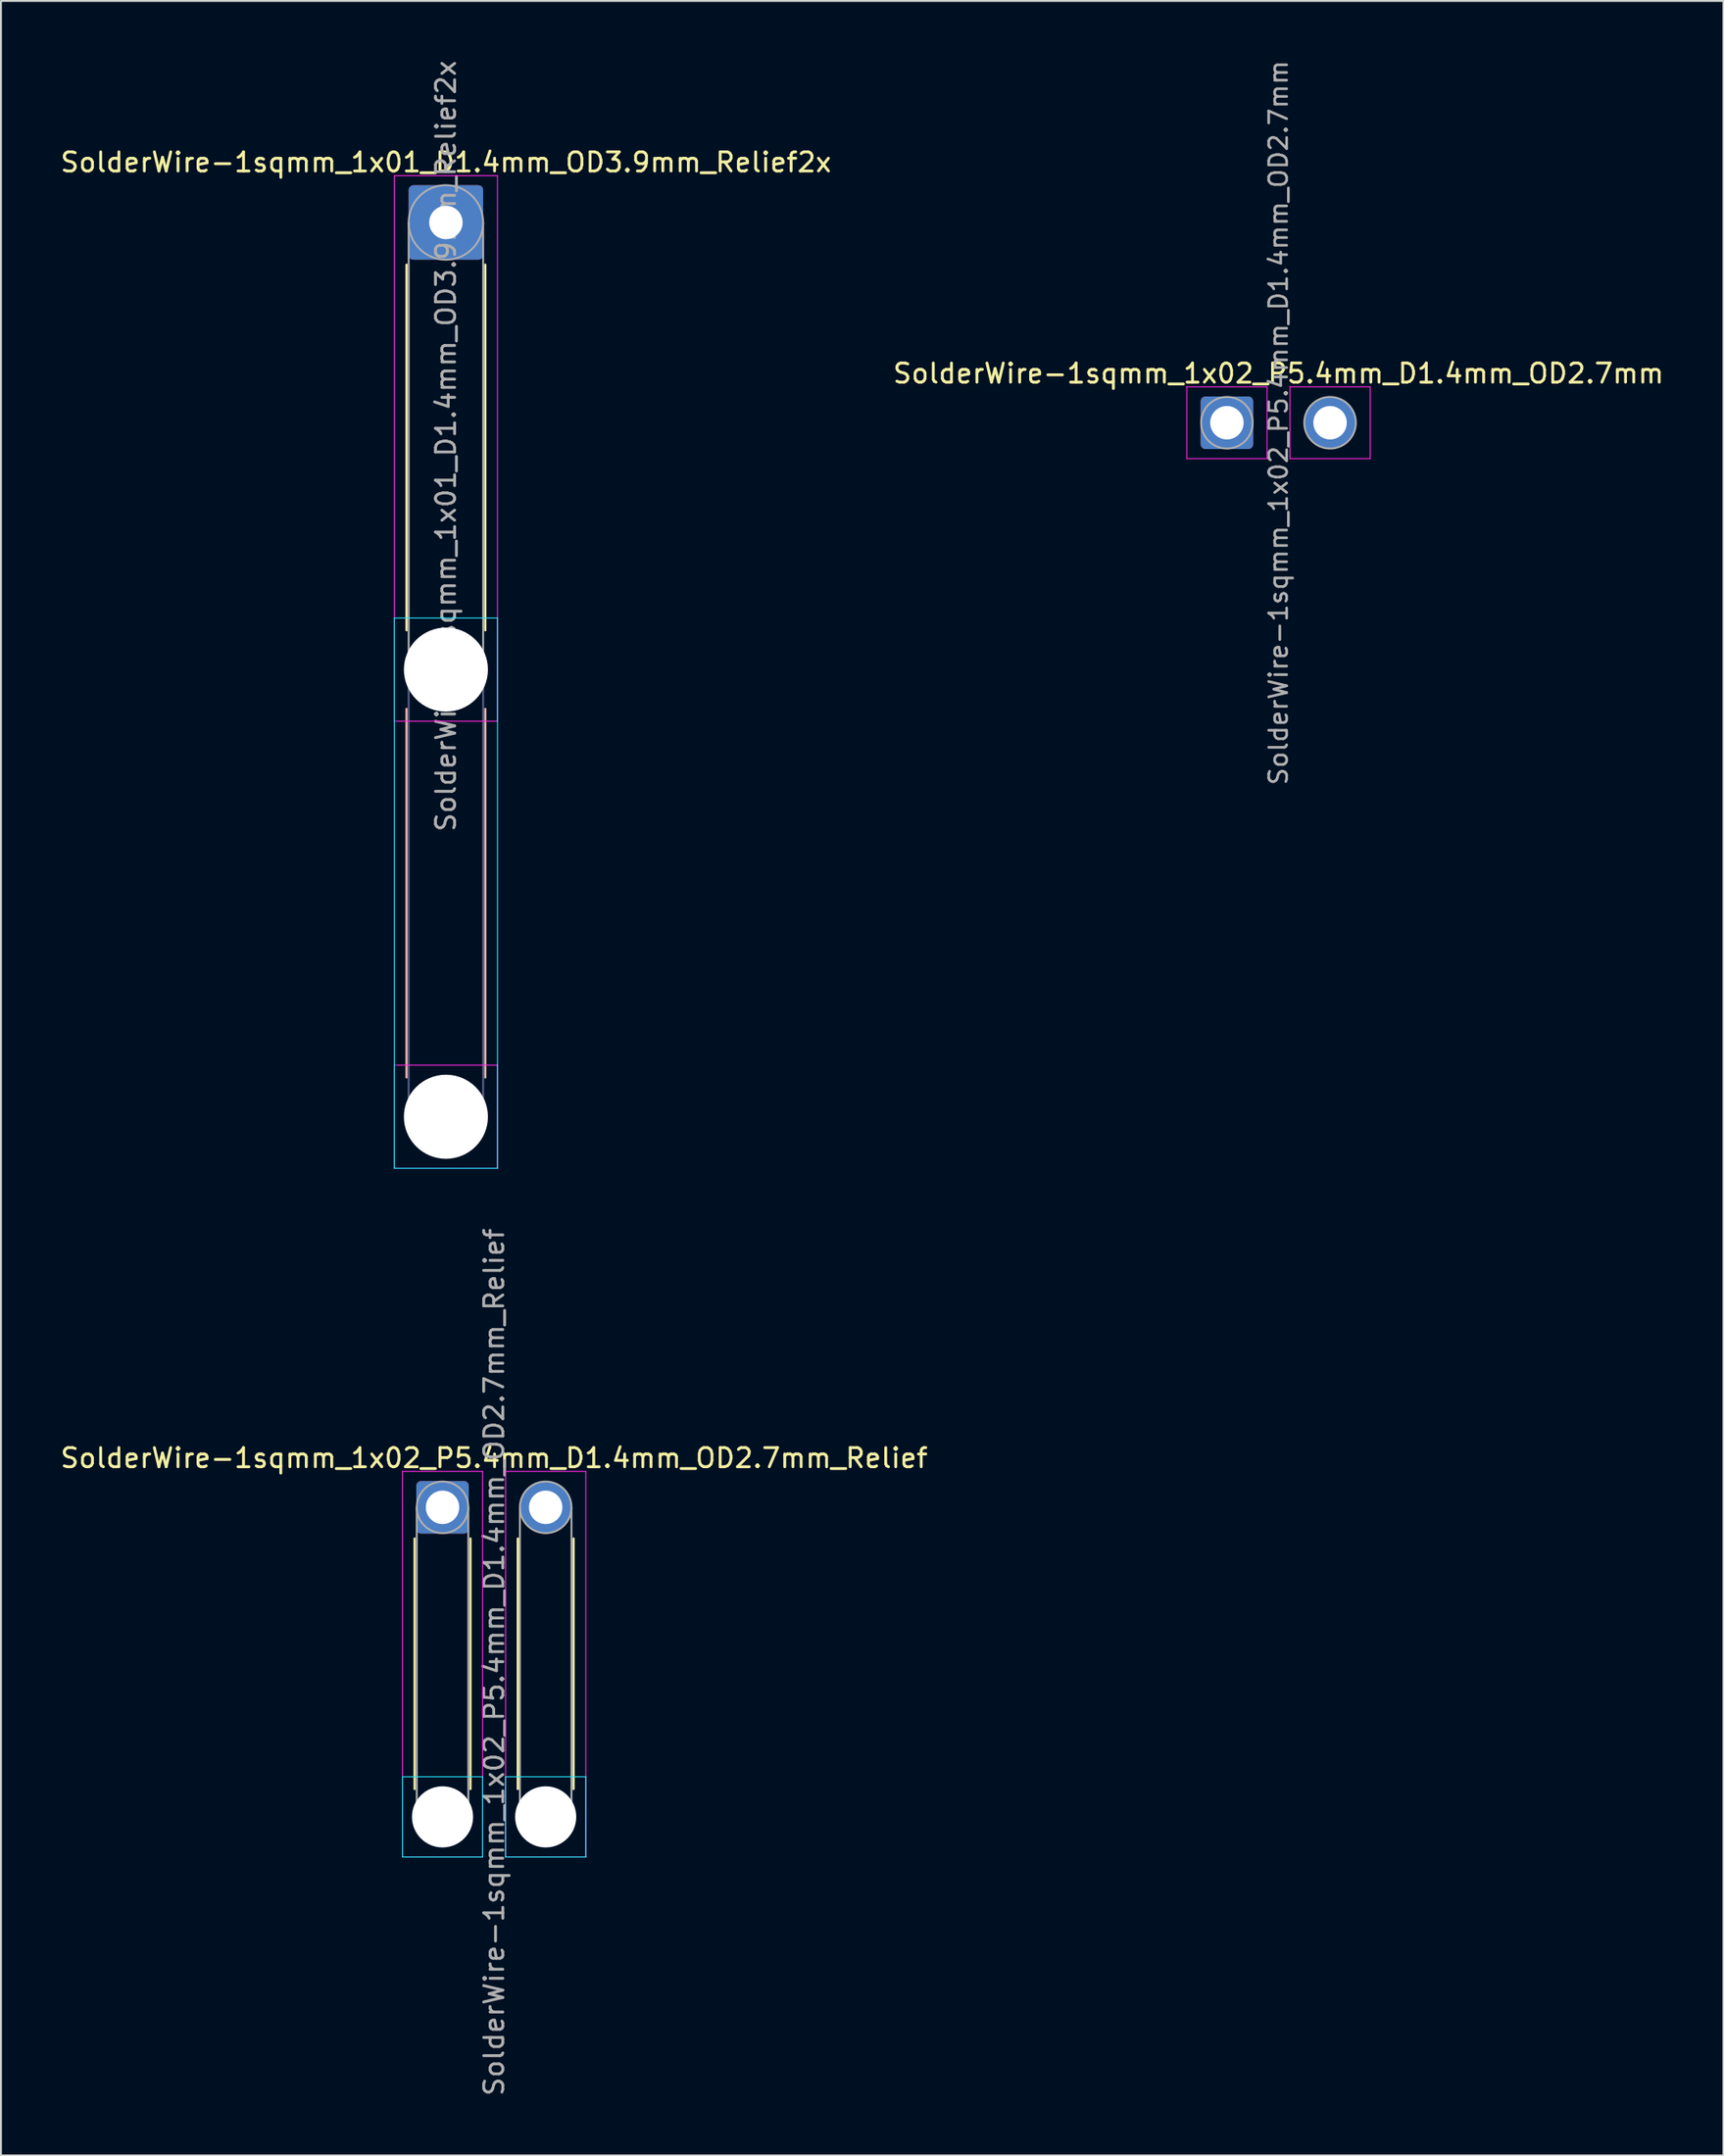
<source format=kicad_pcb>
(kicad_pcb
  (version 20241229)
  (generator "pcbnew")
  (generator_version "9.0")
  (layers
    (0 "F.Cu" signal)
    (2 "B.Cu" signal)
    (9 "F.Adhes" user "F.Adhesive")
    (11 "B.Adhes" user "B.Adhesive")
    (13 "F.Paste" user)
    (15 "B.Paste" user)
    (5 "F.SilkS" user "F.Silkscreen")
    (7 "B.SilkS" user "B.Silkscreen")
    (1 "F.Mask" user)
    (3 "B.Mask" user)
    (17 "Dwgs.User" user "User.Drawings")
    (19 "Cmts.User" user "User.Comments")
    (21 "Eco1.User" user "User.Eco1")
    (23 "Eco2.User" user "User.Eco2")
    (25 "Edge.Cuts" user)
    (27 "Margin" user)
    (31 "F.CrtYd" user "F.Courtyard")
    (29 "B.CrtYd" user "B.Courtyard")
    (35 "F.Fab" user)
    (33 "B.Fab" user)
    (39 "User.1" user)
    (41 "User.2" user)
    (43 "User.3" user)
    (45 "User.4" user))
  (footprint "SolderWire-1sqmm_1x02_P5.4mm_D1.4mm_OD2.7mm"
    (layer "F.Cu")
    (at 61.175 19.073)
    (property "Reference" "SolderWire-1sqmm_1x02_P5.4mm_D1.4mm_OD2.7mm" (at 2.7 -2.58 0) (layer "F.SilkS") (effects (font (size 1 1) (thickness 0.15))))
    (attr exclude_from_pos_files exclude_from_bom)
    (fp_line (start -2.1 -1.88) (end -2.1 1.88) (stroke (width 0.05) (type solid)) (layer "F.CrtYd"))
    (fp_line (start -2.1 1.88) (end 2.1 1.88) (stroke (width 0.05) (type solid)) (layer "F.CrtYd"))
    (fp_line (start 2.1 -1.88) (end -2.1 -1.88) (stroke (width 0.05) (type solid)) (layer "F.CrtYd"))
    (fp_line (start 2.1 1.88) (end 2.1 -1.88) (stroke (width 0.05) (type solid)) (layer "F.CrtYd"))
    (fp_line (start 3.3 -1.88) (end 3.3 1.88) (stroke (width 0.05) (type solid)) (layer "F.CrtYd"))
    (fp_line (start 3.3 1.88) (end 7.5 1.88) (stroke (width 0.05) (type solid)) (layer "F.CrtYd"))
    (fp_line (start 7.5 -1.88) (end 3.3 -1.88) (stroke (width 0.05) (type solid)) (layer "F.CrtYd"))
    (fp_line (start 7.5 1.88) (end 7.5 -1.88) (stroke (width 0.05) (type solid)) (layer "F.CrtYd"))
    (fp_circle (center 0 0) (end 1.35 0) (stroke (width 0.1) (type solid)) (fill no) (layer "F.Fab"))
    (fp_circle (center 5.4 0) (end 6.75 0) (stroke (width 0.1) (type solid)) (fill no) (layer "F.Fab"))
    (fp_text user "${REFERENCE}" (at 2.7 0 90) (layer "F.Fab") (effects (font (size 0.94 0.94) (thickness 0.14))))
    (pad "1" thru_hole roundrect (at 0 0) (size 2.75 2.75) (drill 1.75) (layers "*.Cu" "*.Mask") (roundrect_rratio 0.091))
    (pad "2" thru_hole circle (at 5.4 0) (size 2.75 2.75) (drill 1.75) (layers "*.Cu" "*.Mask")))
  (footprint "SolderWire-1sqmm_1x01_D1.4mm_OD3.9mm_Relief2x"
    (layer "F.Cu")
    (at 20.292 8.592)
    (property "Reference" "SolderWire-1sqmm_1x01_D1.4mm_OD3.9mm_Relief2x" (at 0 -3.15 0) (layer "F.SilkS") (effects (font (size 1 1) (thickness 0.15))))
    (attr exclude_from_pos_files exclude_from_bom)
    (fp_line (start -2.06 2.21) (end -2.06 21.34) (stroke (width 0.12) (type solid)) (layer "F.SilkS"))
    (fp_line (start 2.06 2.21) (end 2.06 21.34) (stroke (width 0.12) (type solid)) (layer "F.SilkS"))
    (fp_line (start -2.06 25.46) (end -2.06 44.74) (stroke (width 0.12) (type solid)) (layer "B.SilkS"))
    (fp_line (start 2.06 25.46) (end 2.06 44.74) (stroke (width 0.12) (type solid)) (layer "B.SilkS"))
    (fp_line (start -2.7 20.7) (end -2.7 49.5) (stroke (width 0.05) (type solid)) (layer "B.CrtYd"))
    (fp_line (start -2.7 49.5) (end 2.7 49.5) (stroke (width 0.05) (type solid)) (layer "B.CrtYd"))
    (fp_line (start 2.7 20.7) (end -2.7 20.7) (stroke (width 0.05) (type solid)) (layer "B.CrtYd"))
    (fp_line (start 2.7 49.5) (end 2.7 20.7) (stroke (width 0.05) (type solid)) (layer "B.CrtYd"))
    (fp_line (start -2.7 -2.45) (end -2.7 26.1) (stroke (width 0.05) (type solid)) (layer "F.CrtYd"))
    (fp_line (start -2.7 26.1) (end 2.7 26.1) (stroke (width 0.05) (type solid)) (layer "F.CrtYd"))
    (fp_line (start -2.7 44.1) (end -2.7 49.5) (stroke (width 0.05) (type solid)) (layer "F.CrtYd"))
    (fp_line (start -2.7 49.5) (end 2.7 49.5) (stroke (width 0.05) (type solid)) (layer "F.CrtYd"))
    (fp_line (start 2.7 -2.45) (end -2.7 -2.45) (stroke (width 0.05) (type solid)) (layer "F.CrtYd"))
    (fp_line (start 2.7 26.1) (end 2.7 -2.45) (stroke (width 0.05) (type solid)) (layer "F.CrtYd"))
    (fp_line (start 2.7 44.1) (end -2.7 44.1) (stroke (width 0.05) (type solid)) (layer "F.CrtYd"))
    (fp_line (start 2.7 49.5) (end 2.7 44.1) (stroke (width 0.05) (type solid)) (layer "F.CrtYd"))
    (fp_line (start -1.95 23.4) (end -1.95 46.8) (stroke (width 0.1) (type solid)) (layer "B.Fab"))
    (fp_line (start 1.95 23.4) (end 1.95 46.8) (stroke (width 0.1) (type solid)) (layer "B.Fab"))
    (fp_circle (center 0 23.4) (end 1.95 23.4) (stroke (width 0.1) (type solid)) (fill no) (layer "B.Fab"))
    (fp_circle (center 0 46.8) (end 1.95 46.8) (stroke (width 0.1) (type solid)) (fill no) (layer "B.Fab"))
    (fp_line (start -1.95 0) (end -1.95 23.4) (stroke (width 0.1) (type solid)) (layer "F.Fab"))
    (fp_line (start 1.95 0) (end 1.95 23.4) (stroke (width 0.1) (type solid)) (layer "F.Fab"))
    (fp_circle (center 0 0) (end 1.95 0) (stroke (width 0.1) (type solid)) (fill no) (layer "F.Fab"))
    (fp_circle (center 0 23.4) (end 1.95 23.4) (stroke (width 0.1) (type solid)) (fill no) (layer "F.Fab"))
    (fp_circle (center 0 46.8) (end 1.95 46.8) (stroke (width 0.1) (type solid)) (fill no) (layer "F.Fab"))
    (fp_text user "${REFERENCE}" (at 0 11.7 90) (layer "F.Fab") (effects (font (size 1 1) (thickness 0.15))))
    (pad "" np_thru_hole circle (at 0 23.4) (size 4.4 4.4) (drill 4.4) (layers "*.Cu" "*.Mask"))
    (pad "" np_thru_hole circle (at 0 46.8) (size 4.4 4.4) (drill 4.4) (layers "*.Cu" "*.Mask"))
    (pad "1" thru_hole roundrect (at 0 0) (size 3.9 3.9) (drill 1.75) (layers "*.Cu" "*.Mask") (roundrect_rratio 0.064)))
  (footprint "SolderWire-1sqmm_1x02_P5.4mm_D1.4mm_OD2.7mm_Relief"
    (layer "F.Cu")
    (at 20.115 75.832)
    (property "Reference" "SolderWire-1sqmm_1x02_P5.4mm_D1.4mm_OD2.7mm_Relief" (at 2.7 -2.58 0) (layer "F.SilkS") (effects (font (size 1 1) (thickness 0.15))))
    (attr exclude_from_pos_files exclude_from_bom)
    (fp_line (start -1.46 1.635) (end -1.46 14.74) (stroke (width 0.12) (type solid)) (layer "F.SilkS"))
    (fp_line (start 1.46 1.635) (end 1.46 14.74) (stroke (width 0.12) (type solid)) (layer "F.SilkS"))
    (fp_line (start 3.94 1.635) (end 3.94 14.74) (stroke (width 0.12) (type solid)) (layer "F.SilkS"))
    (fp_line (start 6.86 1.635) (end 6.86 14.74) (stroke (width 0.12) (type solid)) (layer "F.SilkS"))
    (fp_line (start -2.1 14.1) (end -2.1 18.3) (stroke (width 0.05) (type solid)) (layer "B.CrtYd"))
    (fp_line (start -2.1 18.3) (end 2.1 18.3) (stroke (width 0.05) (type solid)) (layer "B.CrtYd"))
    (fp_line (start 2.1 14.1) (end -2.1 14.1) (stroke (width 0.05) (type solid)) (layer "B.CrtYd"))
    (fp_line (start 2.1 18.3) (end 2.1 14.1) (stroke (width 0.05) (type solid)) (layer "B.CrtYd"))
    (fp_line (start 3.3 14.1) (end 3.3 18.3) (stroke (width 0.05) (type solid)) (layer "B.CrtYd"))
    (fp_line (start 3.3 18.3) (end 7.5 18.3) (stroke (width 0.05) (type solid)) (layer "B.CrtYd"))
    (fp_line (start 7.5 14.1) (end 3.3 14.1) (stroke (width 0.05) (type solid)) (layer "B.CrtYd"))
    (fp_line (start 7.5 18.3) (end 7.5 14.1) (stroke (width 0.05) (type solid)) (layer "B.CrtYd"))
    (fp_line (start -2.1 -1.88) (end -2.1 18.3) (stroke (width 0.05) (type solid)) (layer "F.CrtYd"))
    (fp_line (start -2.1 18.3) (end 2.1 18.3) (stroke (width 0.05) (type solid)) (layer "F.CrtYd"))
    (fp_line (start 2.1 -1.88) (end -2.1 -1.88) (stroke (width 0.05) (type solid)) (layer "F.CrtYd"))
    (fp_line (start 2.1 18.3) (end 2.1 -1.88) (stroke (width 0.05) (type solid)) (layer "F.CrtYd"))
    (fp_line (start 3.3 -1.88) (end 3.3 18.3) (stroke (width 0.05) (type solid)) (layer "F.CrtYd"))
    (fp_line (start 3.3 18.3) (end 7.5 18.3) (stroke (width 0.05) (type solid)) (layer "F.CrtYd"))
    (fp_line (start 7.5 -1.88) (end 3.3 -1.88) (stroke (width 0.05) (type solid)) (layer "F.CrtYd"))
    (fp_line (start 7.5 18.3) (end 7.5 -1.88) (stroke (width 0.05) (type solid)) (layer "F.CrtYd"))
    (fp_line (start -1.35 0) (end -1.35 16.2) (stroke (width 0.1) (type solid)) (layer "F.Fab"))
    (fp_line (start 1.35 0) (end 1.35 16.2) (stroke (width 0.1) (type solid)) (layer "F.Fab"))
    (fp_line (start 4.05 0) (end 4.05 16.2) (stroke (width 0.1) (type solid)) (layer "F.Fab"))
    (fp_line (start 6.75 0) (end 6.75 16.2) (stroke (width 0.1) (type solid)) (layer "F.Fab"))
    (fp_circle (center 0 0) (end 1.35 0) (stroke (width 0.1) (type solid)) (fill no) (layer "F.Fab"))
    (fp_circle (center 0 16.2) (end 1.35 16.2) (stroke (width 0.1) (type solid)) (fill no) (layer "F.Fab"))
    (fp_circle (center 5.4 0) (end 6.75 0) (stroke (width 0.1) (type solid)) (fill no) (layer "F.Fab"))
    (fp_circle (center 5.4 16.2) (end 6.75 16.2) (stroke (width 0.1) (type solid)) (fill no) (layer "F.Fab"))
    (fp_text user "${REFERENCE}" (at 2.7 8.1 90) (layer "F.Fab") (effects (font (size 1 1) (thickness 0.15))))
    (pad "" np_thru_hole circle (at 0 16.2) (size 3.2 3.2) (drill 3.2) (layers "*.Cu" "*.Mask"))
    (pad "" np_thru_hole circle (at 5.4 16.2) (size 3.2 3.2) (drill 3.2) (layers "*.Cu" "*.Mask"))
    (pad "1" thru_hole roundrect (at 0 0) (size 2.75 2.75) (drill 1.75) (layers "*.Cu" "*.Mask") (roundrect_rratio 0.091))
    (pad "2" thru_hole circle (at 5.4 0) (size 2.75 2.75) (drill 1.75) (layers "*.Cu" "*.Mask")))
  (gr_rect
    (start -3 -3)
    (end 87.167 109.748)
    (stroke (width 0.1) (type default))
    (fill no)
    (layer "Edge.Cuts")))
</source>
